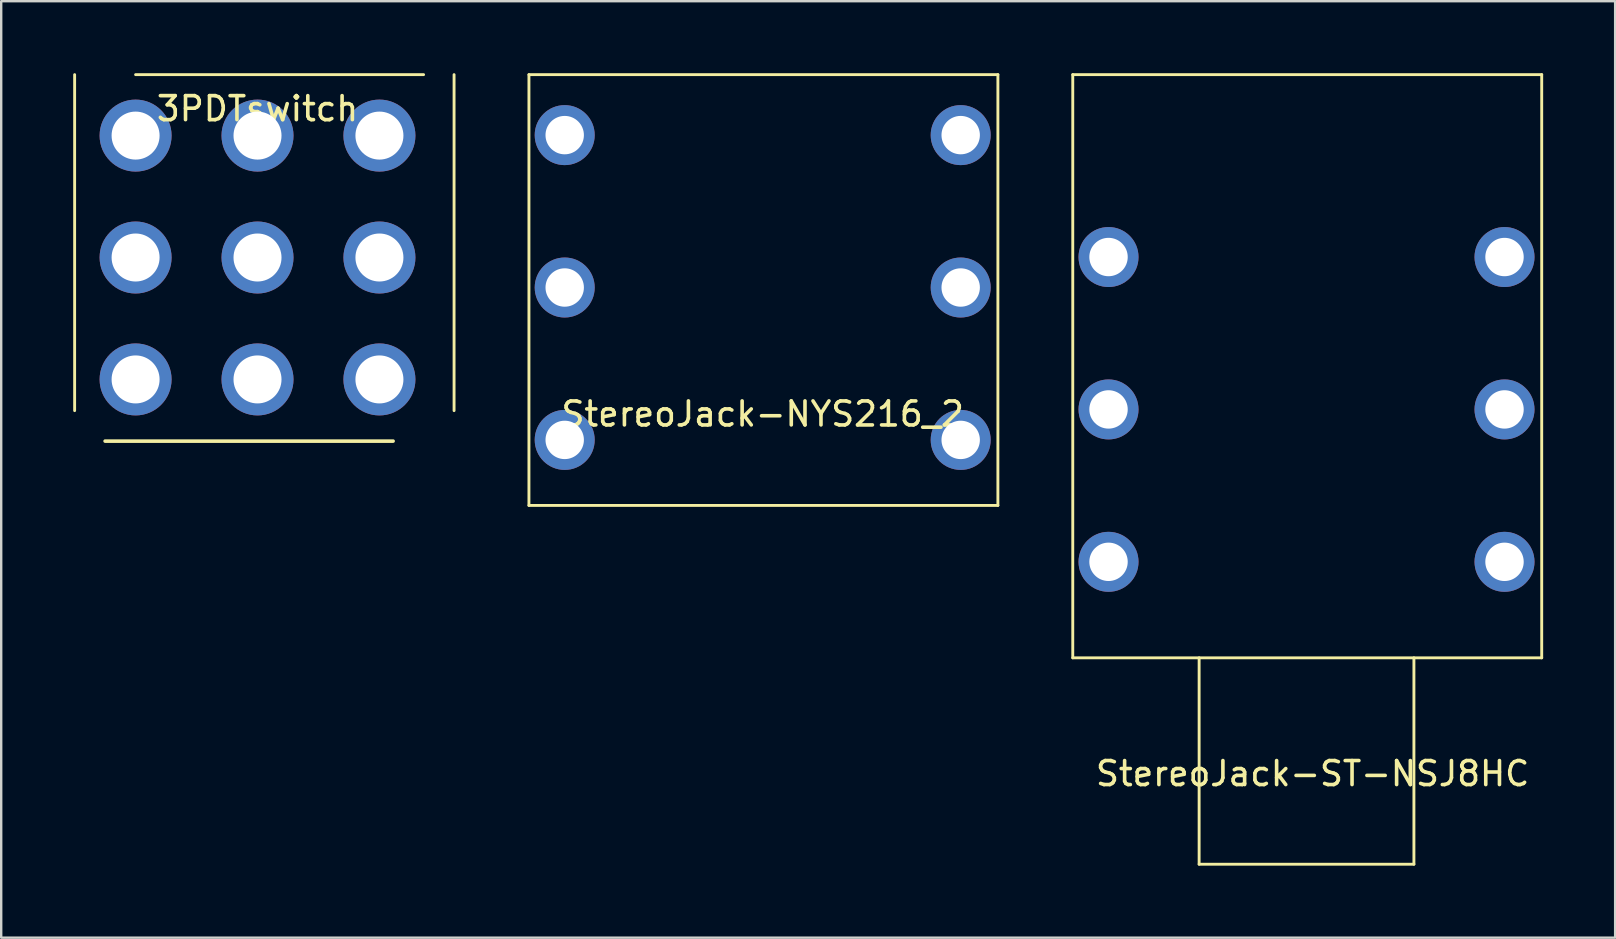
<source format=kicad_pcb>
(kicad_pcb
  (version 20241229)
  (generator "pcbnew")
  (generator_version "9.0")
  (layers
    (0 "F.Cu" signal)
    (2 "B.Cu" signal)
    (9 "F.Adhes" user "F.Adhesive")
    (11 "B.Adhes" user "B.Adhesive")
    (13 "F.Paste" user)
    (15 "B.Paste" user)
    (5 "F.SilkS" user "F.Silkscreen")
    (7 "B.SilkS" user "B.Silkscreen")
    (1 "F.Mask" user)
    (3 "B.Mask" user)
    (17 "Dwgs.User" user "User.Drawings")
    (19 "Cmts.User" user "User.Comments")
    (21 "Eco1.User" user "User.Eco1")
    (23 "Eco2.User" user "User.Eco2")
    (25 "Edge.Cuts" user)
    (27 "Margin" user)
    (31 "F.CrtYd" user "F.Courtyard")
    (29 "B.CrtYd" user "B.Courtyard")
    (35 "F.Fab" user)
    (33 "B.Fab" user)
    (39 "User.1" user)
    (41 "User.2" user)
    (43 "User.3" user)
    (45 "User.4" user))
  (footprint "StereoJack-NYS216_2"
    (layer "F.Cu")
    (at 28.73 19.28)
    (property "Reference" "StereoJack-NYS216_2" (at 0 -5.08 0) (layer "F.SilkS") (effects (font (size 1 1) (thickness 0.15))))
    (attr through_hole)
    (fp_line (start -9.74 -19.22) (end 9.8 -19.22) (stroke (width 0.12) (type solid)) (layer "F.SilkS"))
    (fp_line (start -9.74 -1.27) (end -9.74 -19.22) (stroke (width 0.12) (type solid)) (layer "F.SilkS"))
    (fp_line (start -9.74 -1.27) (end 9.8 -1.27) (stroke (width 0.12) (type solid)) (layer "F.SilkS"))
    (fp_line (start 9.8 -1.27) (end 9.8 -19.22) (stroke (width 0.12) (type solid)) (layer "F.SilkS"))
    (pad "1" thru_hole circle (at -8.25 -4) (size 2.5 2.5) (drill 1.6) (layers "*.Cu" "*.Mask"))
    (pad "2" thru_hole circle (at -8.25 -10.35) (size 2.5 2.5) (drill 1.6) (layers "*.Cu" "*.Mask"))
    (pad "3" thru_hole circle (at -8.25 -16.7) (size 2.5 2.5) (drill 1.6) (layers "*.Cu" "*.Mask"))
    (pad "4" thru_hole circle (at 8.25 -4) (size 2.5 2.5) (drill 1.6) (layers "*.Cu" "*.Mask"))
    (pad "5" thru_hole circle (at 8.25 -10.35) (size 2.5 2.5) (drill 1.6) (layers "*.Cu" "*.Mask"))
    (pad "6" thru_hole circle (at 8.25 -16.7) (size 2.5 2.5) (drill 1.6) (layers "*.Cu" "*.Mask")))
  (footprint "3PDTswitch"
    (layer "F.Cu")
    (at 7.68 7.68)
    (property "Reference" "3PDTswitch" (at 0 -6.2 0) (layer "F.SilkS") (effects (font (size 1 1) (thickness 0.15))))
    (attr through_hole)
    (fp_line (start -7.62 -7.62) (end -7.62 6.38) (stroke (width 0.12) (type solid)) (layer "F.SilkS"))
    (fp_line (start -6.35 7.65) (end 5.65 7.65) (stroke (width 0.15) (type solid)) (layer "F.SilkS"))
    (fp_line (start -5.08 -7.62) (end 6.92 -7.62) (stroke (width 0.12) (type solid)) (layer "F.SilkS"))
    (fp_line (start 8.19 -7.62) (end 8.19 6.38) (stroke (width 0.12) (type solid)) (layer "F.SilkS"))
    (pad "1" thru_hole oval (at -5.08 5.08) (size 3 3) (drill 2) (layers "*.Cu" "*.Mask"))
    (pad "2" thru_hole oval (at -5.08 0) (size 3 3) (drill 2) (layers "*.Cu" "*.Mask"))
    (pad "3" thru_hole oval (at -5.08 -5.08) (size 3 3) (drill 2) (layers "*.Cu" "*.Mask"))
    (pad "4" thru_hole oval (at 0 5.08) (size 3 3) (drill 2) (layers "*.Cu" "*.Mask"))
    (pad "5" thru_hole oval (at 0 0) (size 3 3) (drill 2) (layers "*.Cu" "*.Mask"))
    (pad "6" thru_hole oval (at 0 -5.08) (size 3 3) (drill 2) (layers "*.Cu" "*.Mask"))
    (pad "7" thru_hole oval (at 5.08 5.08) (size 3 3) (drill 2) (layers "*.Cu" "*.Mask"))
    (pad "8" thru_hole oval (at 5.08 0) (size 3 3) (drill 2) (layers "*.Cu" "*.Mask"))
    (pad "9" thru_hole oval (at 5.08 -5.08) (size 3 3) (drill 2) (layers "*.Cu" "*.Mask")))
  (footprint "StereoJack-ST-NSJ8HC"
    (layer "F.Cu")
    (at 51.39 24.36)
    (property "Reference" "StereoJack-ST-NSJ8HC" (at 0.254 4.826 0) (layer "F.SilkS") (effects (font (size 1 1) (thickness 0.15))))
    (attr through_hole)
    (fp_line (start -9.74 -24.3) (end 9.8 -24.3) (stroke (width 0.12) (type solid)) (layer "F.SilkS"))
    (fp_line (start -9.74 0) (end -9.74 -24.3) (stroke (width 0.12) (type solid)) (layer "F.SilkS"))
    (fp_line (start -9.74 0) (end 9.8 0) (stroke (width 0.12) (type solid)) (layer "F.SilkS"))
    (fp_line (start -4.475 8.6) (end -4.475 0) (stroke (width 0.12) (type solid)) (layer "F.SilkS"))
    (fp_line (start 4.475 8.6) (end -4.475 8.6) (stroke (width 0.12) (type solid)) (layer "F.SilkS"))
    (fp_line (start 4.475 8.6) (end 4.475 0) (stroke (width 0.12) (type solid)) (layer "F.SilkS"))
    (fp_line (start 9.8 0) (end 9.8 -24.3) (stroke (width 0.12) (type solid)) (layer "F.SilkS"))
    (pad "1" thru_hole circle (at -8.25 -4) (size 2.5 2.5) (drill 1.6) (layers "*.Cu" "*.Mask"))
    (pad "2" thru_hole circle (at -8.25 -10.35) (size 2.5 2.5) (drill 1.6) (layers "*.Cu" "*.Mask"))
    (pad "3" thru_hole circle (at -8.25 -16.7) (size 2.5 2.5) (drill 1.6) (layers "*.Cu" "*.Mask"))
    (pad "4" thru_hole circle (at 8.25 -4) (size 2.5 2.5) (drill 1.6) (layers "*.Cu" "*.Mask"))
    (pad "5" thru_hole circle (at 8.25 -10.35) (size 2.5 2.5) (drill 1.6) (layers "*.Cu" "*.Mask"))
    (pad "6" thru_hole circle (at 8.25 -16.7) (size 2.5 2.5) (drill 1.6) (layers "*.Cu" "*.Mask")))
  (gr_rect
    (start -3 -3)
    (end 64.25 36.02)
    (stroke (width 0.1) (type default))
    (fill no)
    (layer "Edge.Cuts")))
</source>
